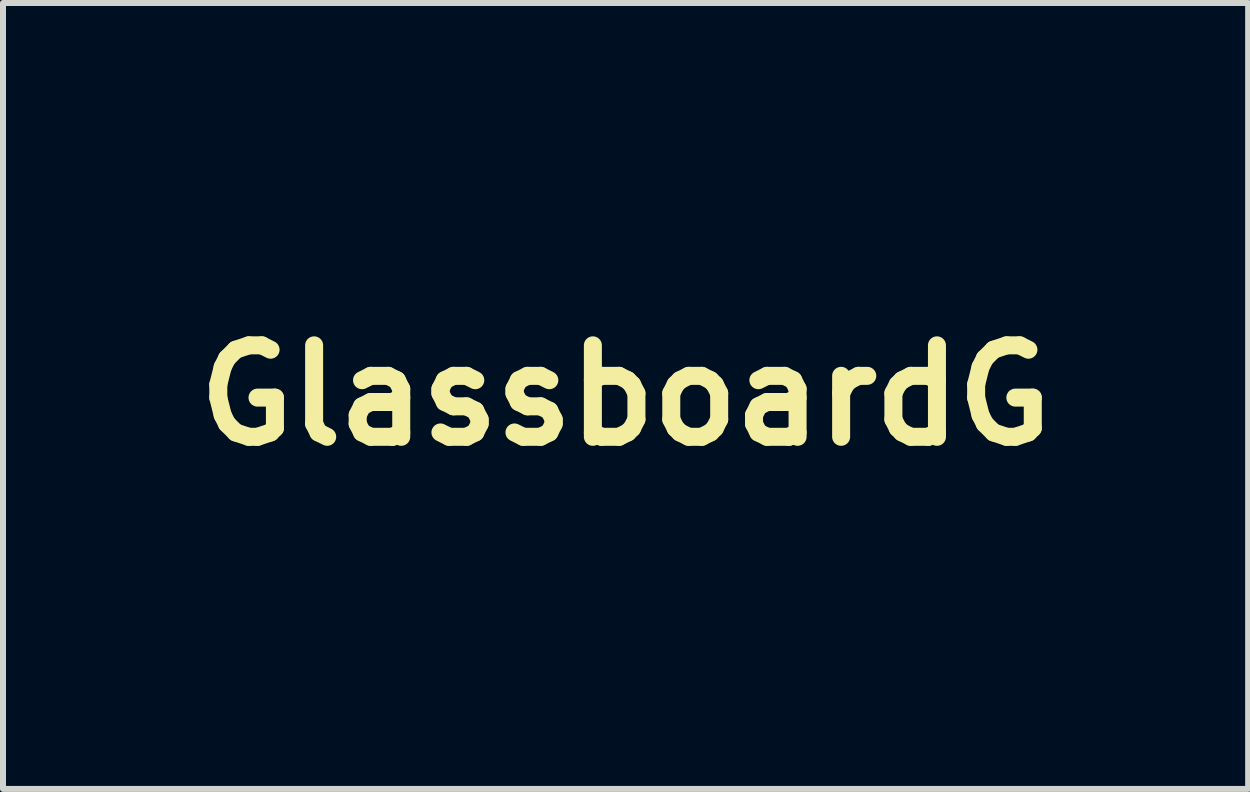
<source format=kicad_pcb>
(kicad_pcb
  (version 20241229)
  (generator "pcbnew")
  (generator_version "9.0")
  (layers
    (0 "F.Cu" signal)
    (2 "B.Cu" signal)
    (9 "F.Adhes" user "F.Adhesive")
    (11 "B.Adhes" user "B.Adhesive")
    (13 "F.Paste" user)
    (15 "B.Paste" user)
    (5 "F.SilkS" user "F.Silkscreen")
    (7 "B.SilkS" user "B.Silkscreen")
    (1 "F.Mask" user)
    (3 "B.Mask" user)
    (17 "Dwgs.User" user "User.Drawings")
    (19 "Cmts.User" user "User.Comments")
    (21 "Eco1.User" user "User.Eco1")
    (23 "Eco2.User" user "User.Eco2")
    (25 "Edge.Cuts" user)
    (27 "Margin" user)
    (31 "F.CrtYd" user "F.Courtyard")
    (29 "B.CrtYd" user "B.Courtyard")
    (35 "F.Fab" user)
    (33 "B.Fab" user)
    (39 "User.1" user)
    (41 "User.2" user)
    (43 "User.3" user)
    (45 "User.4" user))
  (footprint "GlassboardG"
    (layer "F.Cu")
    (at 7.373 3.539)
    (property "Reference" "GlassboardG" (at 0 0 0) (layer "F.SilkS") (effects (font (size 1.524 1.524) (thickness 0.3))))
    (attr board_only exclude_from_pos_files exclude_from_bom)
    (fp_poly (pts (xy 3.639 -1.473) (xy 3.654 -1.457) (xy 3.652 -0.631) (xy 3.651 -0.511) (xy 3.651 -0.402) (xy 3.651 -0.304) (xy 3.65 -0.215) (xy 3.65 -0.136) (xy 3.649 -0.065) (xy 3.649 -0.002) (xy 3.648 0.055) (xy 3.647 0.105) (xy 3.646 0.149) (xy 3.645 0.189) (xy 3.643 0.225) (xy 3.642 0.257) (xy 3.64 0.287) (xy 3.638 0.315) (xy 3.635 0.342) (xy 3.632 0.368) (xy 3.629 0.394) (xy 3.626 0.422) (xy 3.622 0.451) (xy 3.617 0.482) (xy 3.617 0.483) (xy 3.583 0.684) (xy 3.538 0.882) (xy 3.482 1.076) (xy 3.415 1.266) (xy 3.338 1.452) (xy 3.251 1.632) (xy 3.154 1.807) (xy 3.047 1.976) (xy 2.931 2.139) (xy 2.806 2.295) (xy 2.673 2.445) (xy 2.531 2.586) (xy 2.381 2.72) (xy 2.224 2.846) (xy 2.059 2.962) (xy 1.887 3.07) (xy 1.708 3.168) (xy 1.648 3.198) (xy 1.459 3.283) (xy 1.268 3.357) (xy 1.073 3.419) (xy 0.876 3.47) (xy 0.674 3.51) (xy 0.468 3.538) (xy 0.323 3.551) (xy 0.295 3.553) (xy 0.257 3.554) (xy 0.212 3.555) (xy 0.162 3.556) (xy 0.11 3.556) (xy 0.057 3.556) (xy 0.005 3.556) (xy -0.042 3.556) (xy -0.083 3.555) (xy -0.116 3.554) (xy -0.129 3.553) (xy -0.326 3.535) (xy -0.522 3.506) (xy -0.717 3.466) (xy -0.908 3.417) (xy -1.094 3.358) (xy -1.275 3.289) (xy -1.314 3.273) (xy -1.343 3.26) (xy -1.362 3.249) (xy -1.374 3.238) (xy -1.379 3.227) (xy -1.38 3.217) (xy -1.377 3.209) (xy -1.368 3.193) (xy -1.355 3.167) (xy -1.336 3.133) (xy -1.313 3.093) (xy -1.287 3.045) (xy -1.257 2.993) (xy -1.224 2.935) (xy -1.189 2.873) (xy -1.152 2.808) (xy -1.113 2.741) (xy -1.073 2.672) (xy -1.033 2.601) (xy -0.992 2.531) (xy -0.952 2.462) (xy -0.913 2.394) (xy -0.874 2.328) (xy -0.838 2.265) (xy -0.803 2.206) (xy -0.771 2.151) (xy -0.742 2.102) (xy -0.716 2.059) (xy -0.695 2.023) (xy -0.677 1.995) (xy -0.665 1.976) (xy -0.658 1.965) (xy -0.657 1.964) (xy -0.65 1.961) (xy -0.642 1.959) (xy -0.632 1.96) (xy -0.615 1.964) (xy -0.591 1.972) (xy -0.566 1.979) (xy -0.424 2.02) (xy -0.28 2.051) (xy -0.137 2.072) (xy -0.109 2.075) (xy -0.075 2.078) (xy -0.033 2.08) (xy 0.016 2.081) (xy 0.069 2.081) (xy 0.123 2.081) (xy 0.174 2.081) (xy 0.221 2.079) (xy 0.26 2.077) (xy 0.277 2.076) (xy 0.436 2.054) (xy 0.591 2.021) (xy 0.742 1.977) (xy 0.889 1.922) (xy 1.03 1.857) (xy 1.166 1.781) (xy 1.297 1.694) (xy 1.421 1.598) (xy 1.539 1.491) (xy 1.557 1.473) (xy 1.588 1.441) (xy 1.621 1.407) (xy 1.652 1.373) (xy 1.679 1.343) (xy 1.699 1.319) (xy 1.796 1.191) (xy 1.882 1.058) (xy 1.958 0.919) (xy 2.023 0.776) (xy 2.076 0.628) (xy 2.118 0.476) (xy 2.15 0.319) (xy 2.169 0.16) (xy 2.172 0.132) (xy 2.174 0.093) (xy 2.176 0.064) (xy 2.177 0.043) (xy 2.176 0.028) (xy 2.174 0.019) (xy 2.171 0.012) (xy 2.166 0.005) (xy 2.163 0.003) (xy 2.148 -0.012) (xy 1.342 -0.012) (xy 1.226 -0.012) (xy 1.12 -0.012) (xy 1.026 -0.012) (xy 0.941 -0.012) (xy 0.867 -0.012) (xy 0.801 -0.012) (xy 0.744 -0.013) (xy 0.695 -0.013) (xy 0.653 -0.014) (xy 0.618 -0.015) (xy 0.589 -0.016) (xy 0.566 -0.017) (xy 0.547 -0.019) (xy 0.533 -0.021) (xy 0.523 -0.023) (xy 0.516 -0.026) (xy 0.512 -0.029) (xy 0.51 -0.033) (xy 0.509 -0.037) (xy 0.509 -0.041) (xy 0.51 -0.046) (xy 0.51 -0.051) (xy 0.511 -0.056) (xy 0.515 -0.065) (xy 0.521 -0.079) (xy 0.531 -0.098) (xy 0.544 -0.122) (xy 0.56 -0.152) (xy 0.581 -0.189) (xy 0.605 -0.232) (xy 0.634 -0.283) (xy 0.667 -0.341) (xy 0.705 -0.408) (xy 0.748 -0.483) (xy 0.796 -0.567) (xy 0.85 -0.66) (xy 0.909 -0.764) (xy 0.912 -0.769) (xy 0.961 -0.853) (xy 1.008 -0.935) (xy 1.054 -1.014) (xy 1.097 -1.088) (xy 1.138 -1.158) (xy 1.175 -1.222) (xy 1.21 -1.281) (xy 1.24 -1.333) (xy 1.267 -1.378) (xy 1.289 -1.416) (xy 1.306 -1.445) (xy 1.319 -1.465) (xy 1.326 -1.476) (xy 1.327 -1.477) (xy 1.329 -1.479) (xy 1.332 -1.48) (xy 1.337 -1.481) (xy 1.343 -1.482) (xy 1.353 -1.483) (xy 1.365 -1.483) (xy 1.382 -1.484) (xy 1.402 -1.485) (xy 1.427 -1.485) (xy 1.457 -1.486) (xy 1.493 -1.486) (xy 1.535 -1.486) (xy 1.584 -1.487) (xy 1.64 -1.487) (xy 1.703 -1.487) (xy 1.775 -1.487) (xy 1.856 -1.488) (xy 1.945 -1.488) (xy 2.045 -1.488) (xy 2.154 -1.488) (xy 2.275 -1.488) (xy 2.406 -1.488) (xy 2.482 -1.488) (xy 3.624 -1.488)) (stroke (width 0) (type solid)) (fill yes) (layer "F.Mask"))
    (fp_poly (pts (xy 1.607 -3.539) (xy 1.662 -3.539) (xy 1.709 -3.538) (xy 1.75 -3.538) (xy 1.784 -3.538) (xy 1.813 -3.537) (xy 1.837 -3.537) (xy 1.856 -3.536) (xy 1.871 -3.536) (xy 1.882 -3.535) (xy 1.891 -3.534) (xy 1.897 -3.533) (xy 1.901 -3.532) (xy 1.904 -3.53) (xy 1.906 -3.529) (xy 1.907 -3.528) (xy 1.917 -3.514) (xy 1.92 -3.502) (xy 1.917 -3.494) (xy 1.908 -3.478) (xy 1.895 -3.452) (xy 1.876 -3.418) (xy 1.853 -3.378) (xy 1.827 -3.33) (xy 1.797 -3.277) (xy 1.764 -3.219) (xy 1.729 -3.157) (xy 1.691 -3.092) (xy 1.664 -3.044) (xy 1.62 -2.969) (xy 1.575 -2.891) (xy 1.53 -2.812) (xy 1.484 -2.732) (xy 1.439 -2.655) (xy 1.396 -2.58) (xy 1.355 -2.51) (xy 1.318 -2.445) (xy 1.285 -2.388) (xy 1.257 -2.34) (xy 1.257 -2.34) (xy 1.219 -2.273) (xy 1.186 -2.217) (xy 1.158 -2.17) (xy 1.135 -2.133) (xy 1.117 -2.105) (xy 1.104 -2.086) (xy 1.095 -2.074) (xy 1.092 -2.071) (xy 1.087 -2.07) (xy 1.077 -2.069) (xy 1.061 -2.068) (xy 1.039 -2.067) (xy 1.01 -2.066) (xy 0.974 -2.066) (xy 0.93 -2.065) (xy 0.877 -2.065) (xy 0.815 -2.064) (xy 0.743 -2.064) (xy 0.661 -2.064) (xy 0.568 -2.064) (xy 0.502 -2.064) (xy 0.398 -2.064) (xy 0.306 -2.064) (xy 0.223 -2.063) (xy 0.15 -2.063) (xy 0.086 -2.063) (xy 0.029 -2.062) (xy -0.021 -2.061) (xy -0.065 -2.06) (xy -0.103 -2.058) (xy -0.138 -2.056) (xy -0.169 -2.054) (xy -0.197 -2.051) (xy -0.224 -2.047) (xy -0.25 -2.044) (xy -0.276 -2.039) (xy -0.303 -2.034) (xy -0.331 -2.029) (xy -0.339 -2.027) (xy -0.494 -1.99) (xy -0.644 -1.942) (xy -0.79 -1.884) (xy -0.931 -1.814) (xy -1.065 -1.735) (xy -1.194 -1.645) (xy -1.316 -1.546) (xy -1.431 -1.437) (xy -1.539 -1.319) (xy -1.578 -1.272) (xy -1.667 -1.151) (xy -1.747 -1.023) (xy -1.818 -0.888) (xy -1.878 -0.748) (xy -1.929 -0.603) (xy -1.968 -0.455) (xy -1.997 -0.304) (xy -2.001 -0.276) (xy -2.006 -0.234) (xy -2.009 -0.184) (xy -2.012 -0.127) (xy -2.014 -0.066) (xy -2.015 -0.005) (xy -2.014 0.053) (xy -2.013 0.106) (xy -2.01 0.151) (xy -2.01 0.151) (xy -1.991 0.308) (xy -1.96 0.463) (xy -1.918 0.614) (xy -1.864 0.763) (xy -1.799 0.907) (xy -1.723 1.048) (xy -1.636 1.184) (xy -1.621 1.205) (xy -1.54 1.31) (xy -1.447 1.415) (xy -1.343 1.517) (xy -1.228 1.618) (xy -1.141 1.687) (xy -1.121 1.703) (xy -1.11 1.715) (xy -1.105 1.726) (xy -1.104 1.733) (xy -1.107 1.741) (xy -1.115 1.758) (xy -1.13 1.786) (xy -1.151 1.824) (xy -1.177 1.871) (xy -1.209 1.929) (xy -1.248 1.996) (xy -1.292 2.074) (xy -1.342 2.162) (xy -1.399 2.26) (xy -1.455 2.358) (xy -1.5 2.436) (xy -1.544 2.512) (xy -1.586 2.585) (xy -1.626 2.653) (xy -1.663 2.716) (xy -1.696 2.775) (xy -1.726 2.826) (xy -1.753 2.872) (xy -1.775 2.909) (xy -1.792 2.939) (xy -1.804 2.96) (xy -1.811 2.972) (xy -1.813 2.974) (xy -1.823 2.979) (xy -1.839 2.981) (xy -1.841 2.981) (xy -1.851 2.98) (xy -1.863 2.976) (xy -1.88 2.967) (xy -1.901 2.954) (xy -1.93 2.934) (xy -1.947 2.923) (xy -2.046 2.851) (xy -2.139 2.781) (xy -2.227 2.708) (xy -2.313 2.631) (xy -2.402 2.548) (xy -2.442 2.508) (xy -2.573 2.37) (xy -2.693 2.231) (xy -2.805 2.087) (xy -2.908 1.937) (xy -3.004 1.781) (xy -3.094 1.615) (xy -3.116 1.572) (xy -3.198 1.395) (xy -3.27 1.217) (xy -3.332 1.036) (xy -3.384 0.852) (xy -3.425 0.663) (xy -3.458 0.468) (xy -3.477 0.306) (xy -3.481 0.259) (xy -3.484 0.202) (xy -3.487 0.138) (xy -3.488 0.069) (xy -3.489 -0.003) (xy -3.488 -0.075) (xy -3.487 -0.145) (xy -3.485 -0.211) (xy -3.483 -0.271) (xy -3.479 -0.322) (xy -3.477 -0.342) (xy -3.451 -0.551) (xy -3.413 -0.753) (xy -3.366 -0.949) (xy -3.309 -1.138) (xy -3.242 -1.321) (xy -3.238 -1.332) (xy -3.155 -1.519) (xy -3.062 -1.701) (xy -2.96 -1.876) (xy -2.848 -2.044) (xy -2.726 -2.205) (xy -2.596 -2.359) (xy -2.457 -2.505) (xy -2.31 -2.644) (xy -2.155 -2.773) (xy -1.993 -2.894) (xy -1.823 -3.006) (xy -1.646 -3.109) (xy -1.463 -3.202) (xy -1.275 -3.284) (xy -1.146 -3.333) (xy -1.008 -3.378) (xy -0.866 -3.419) (xy -0.723 -3.455) (xy -0.582 -3.484) (xy -0.446 -3.506) (xy -0.444 -3.506) (xy -0.417 -3.51) (xy -0.393 -3.513) (xy -0.371 -3.516) (xy -0.349 -3.519) (xy -0.328 -3.521) (xy -0.307 -3.524) (xy -0.284 -3.526) (xy -0.261 -3.527) (xy -0.235 -3.529) (xy -0.207 -3.53) (xy -0.175 -3.532) (xy -0.14 -3.533) (xy -0.1 -3.533) (xy -0.054 -3.534) (xy -0.004 -3.535) (xy 0.054 -3.535) (xy 0.118 -3.536) (xy 0.189 -3.536) (xy 0.269 -3.537) (xy 0.358 -3.537) (xy 0.456 -3.537) (xy 0.564 -3.537) (xy 0.683 -3.538) (xy 0.812 -3.538) (xy 0.847 -3.538) (xy 0.979 -3.538) (xy 1.099 -3.538) (xy 1.208 -3.539) (xy 1.306 -3.539) (xy 1.395 -3.539) (xy 1.474 -3.539) (xy 1.545 -3.539)) (stroke (width 0) (type solid)) (fill yes) (layer "F.Mask")))
  (gr_rect
    (start -3 -3)
    (end 17.747 10.095)
    (stroke (width 0.1) (type default))
    (fill no)
    (layer "Edge.Cuts")))
</source>
